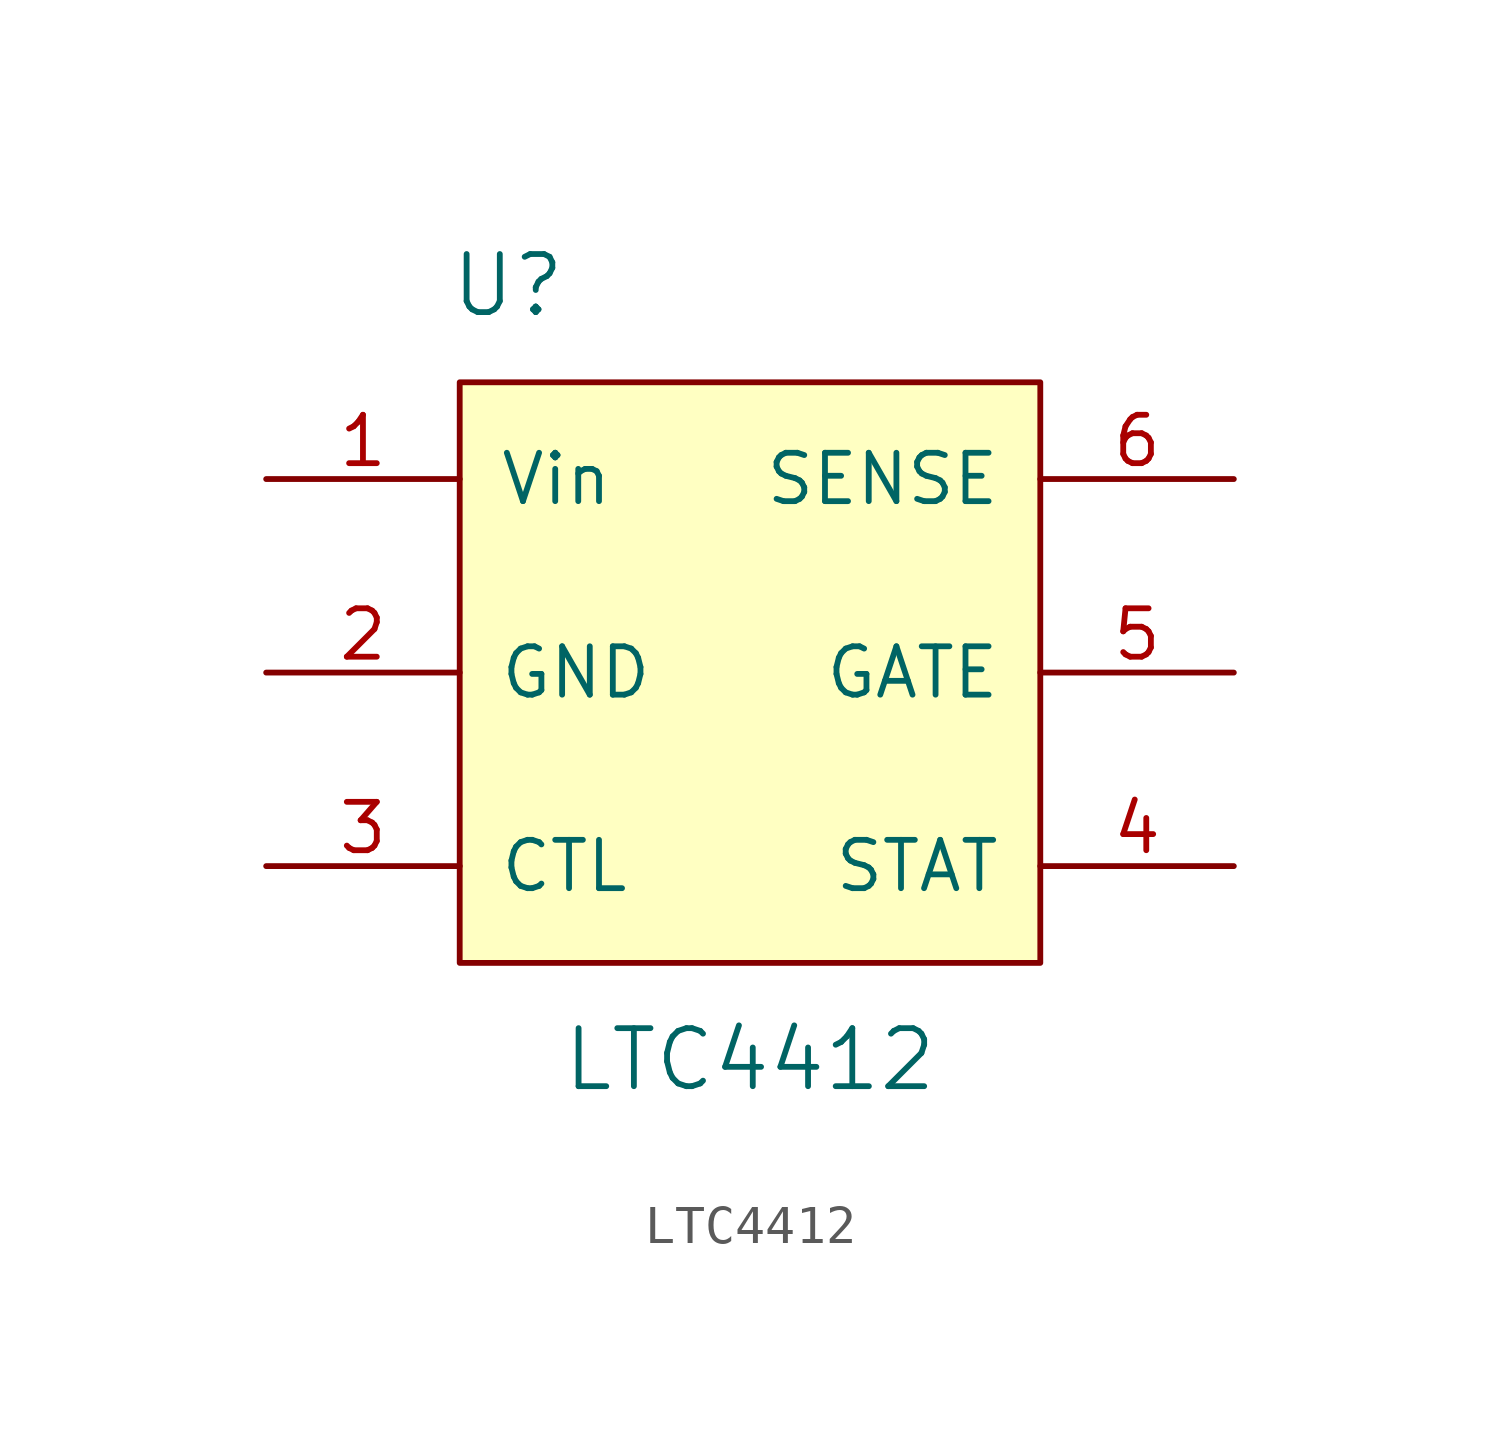
<source format=kicad_sym>
(kicad_symbol_lib
  (version 20220914)
  (generator kicad_symbol_editor)
  (symbol "LTC4412"
    (pin_names
      (offset 1.016))
    (property "Reference" "U"
      (at -6.35 10.16 0)
      (effects (font (size 1.524 1.524))))
    (property "Value" "LTC4412"
      (at 0 -10.16 0)
      (effects (font (size 1.524 1.524))))
    (symbol "LTC4412_0_1"
      (rectangle (start -7.62 7.62) (end 7.62 -7.62) (stroke (width 0) (type default)) (fill (type background))))
    (symbol "LTC4412_1_1"
      (pin passive line (at -12.7 5.08 0) (length 5.08) (name "Vin" (effects (font (size 1.27 1.27)))) (number "1" (effects (font (size 1.27 1.27)))))
      (pin passive line (at -12.7 0 0) (length 5.08) (name "GND" (effects (font (size 1.27 1.27)))) (number "2" (effects (font (size 1.27 1.27)))))
      (pin passive line (at -12.7 -5.08 0) (length 5.08) (name "CTL" (effects (font (size 1.27 1.27)))) (number "3" (effects (font (size 1.27 1.27)))))
      (pin passive line (at 12.7 -5.08 180) (length 5.08) (name "STAT" (effects (font (size 1.27 1.27)))) (number "4" (effects (font (size 1.27 1.27)))))
      (pin passive line (at 12.7 0 180) (length 5.08) (name "GATE" (effects (font (size 1.27 1.27)))) (number "5" (effects (font (size 1.27 1.27)))))
      (pin passive line (at 12.7 5.08 180) (length 5.08) (name "SENSE" (effects (font (size 1.27 1.27)))) (number "6" (effects (font (size 1.27 1.27))))))))
</source>
